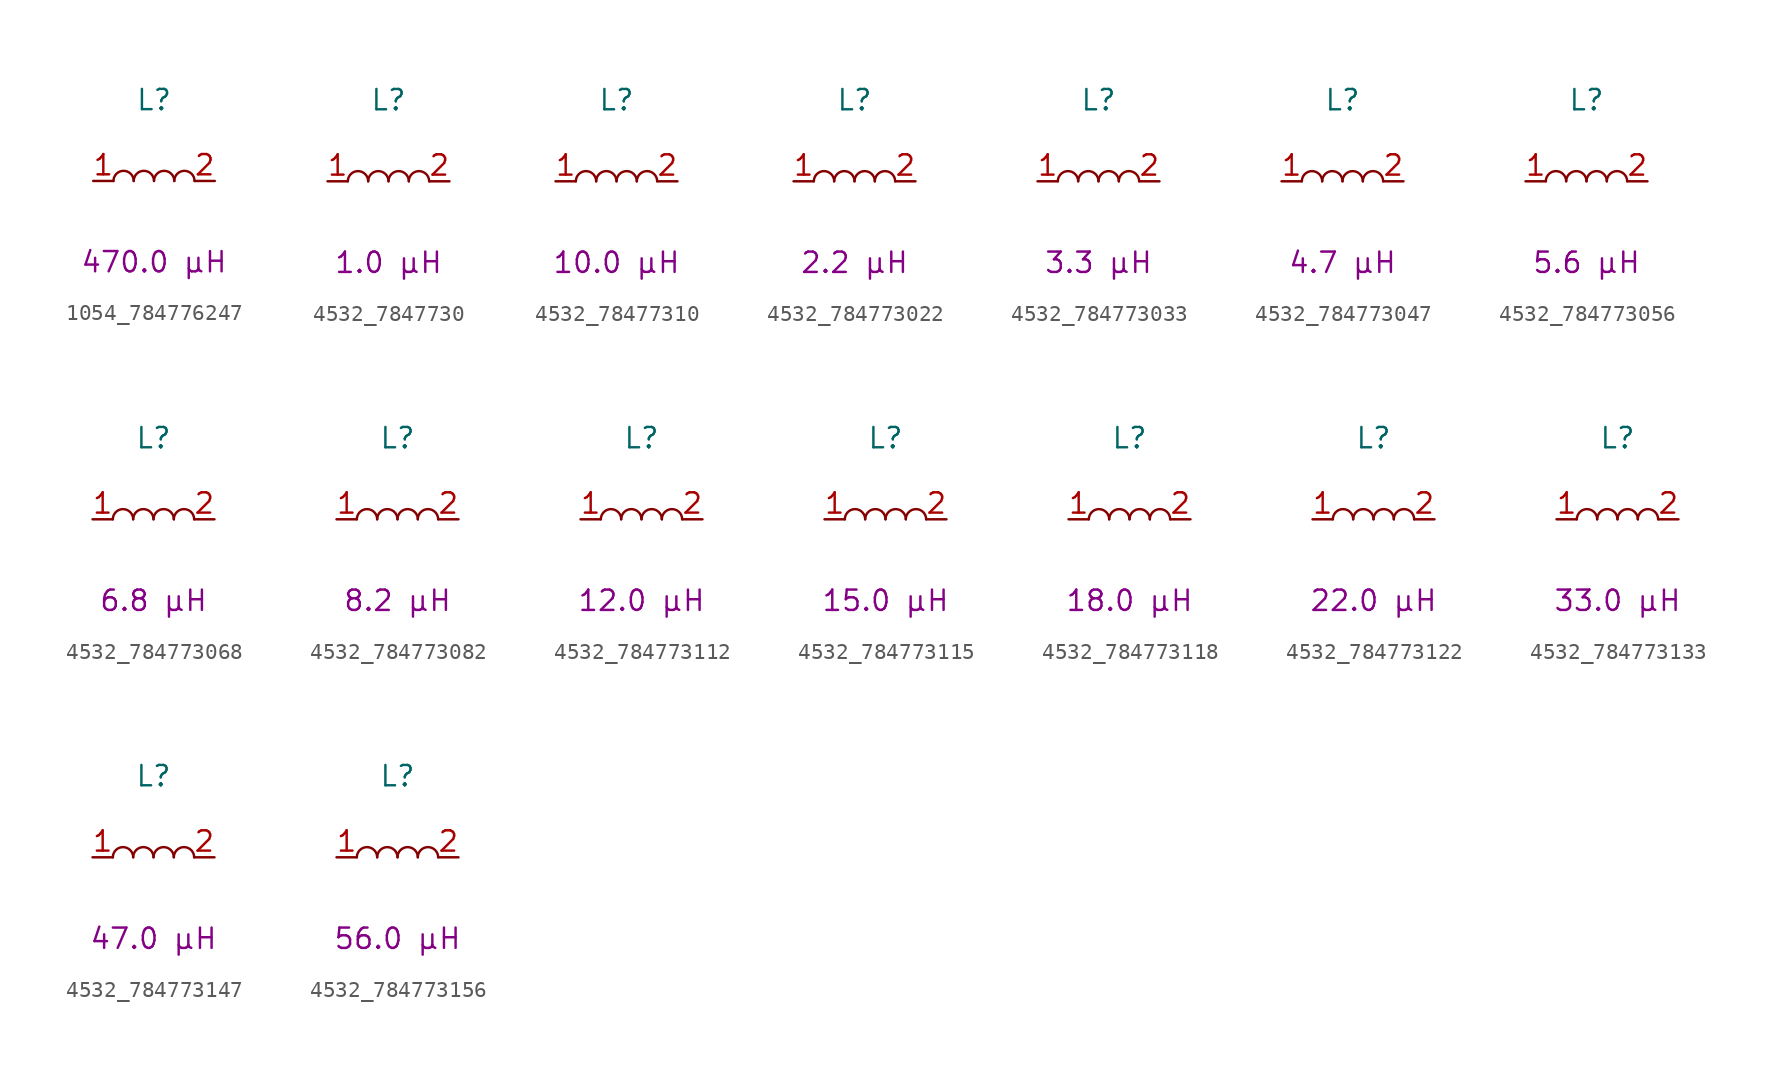
<source format=kicad_sym>
(kicad_symbol_lib
  (version 20220914)
  (generator kicad_symbol_editor)
  (symbol "1054_784776247"
    (pin_names hide)
    (property "Reference" "L"
      (at 0 5.08 0)
      (effects (font (size 1.27 1.27))))
    (property "Critical Parameter" "470.0 µH"
      (at 0 -5.08 0)
      (effects (font (size 1.27 1.27))))
    (symbol "1054_784776247_0_1"
      (arc (start -1.27 0) (mid -1.905 0.6323) (end -2.54 0) (stroke (width 0) (type default)) (fill (type none)))
      (arc (start 0 0) (mid -0.635 0.6323) (end -1.27 0) (stroke (width 0) (type default)) (fill (type none)))
      (arc (start 1.27 0) (mid 0.635 0.6323) (end 0 0) (stroke (width 0) (type default)) (fill (type none)))
      (arc (start 2.54 0) (mid 1.905 0.6323) (end 1.27 0) (stroke (width 0) (type default)) (fill (type none))))
    (symbol "1054_784776247_1_1"
      (pin passive line (at -3.81 0 0) (length 1.27) (name "1" (effects (font (size 1.27 1.27)))) (number "1" (effects (font (size 1.27 1.27)))))
      (pin passive line (at 3.81 0 180) (length 1.27) (name "2" (effects (font (size 1.27 1.27)))) (number "2" (effects (font (size 1.27 1.27)))))))
  (symbol "4532_7847730"
    (pin_names hide)
    (property "Reference" "L"
      (at 0 5.08 0)
      (effects (font (size 1.27 1.27))))
    (property "Critical Parameter" "1.0 µH"
      (at 0 -5.08 0)
      (effects (font (size 1.27 1.27))))
    (symbol "4532_7847730_0_1"
      (arc (start -1.27 0) (mid -1.905 0.6323) (end -2.54 0) (stroke (width 0) (type default)) (fill (type none)))
      (arc (start 0 0) (mid -0.635 0.6323) (end -1.27 0) (stroke (width 0) (type default)) (fill (type none)))
      (arc (start 1.27 0) (mid 0.635 0.6323) (end 0 0) (stroke (width 0) (type default)) (fill (type none)))
      (arc (start 2.54 0) (mid 1.905 0.6323) (end 1.27 0) (stroke (width 0) (type default)) (fill (type none))))
    (symbol "4532_7847730_1_1"
      (pin passive line (at -3.81 0 0) (length 1.27) (name "1" (effects (font (size 1.27 1.27)))) (number "1" (effects (font (size 1.27 1.27)))))
      (pin passive line (at 3.81 0 180) (length 1.27) (name "2" (effects (font (size 1.27 1.27)))) (number "2" (effects (font (size 1.27 1.27)))))))
  (symbol "4532_78477310"
    (pin_names hide)
    (property "Reference" "L"
      (at 0 5.08 0)
      (effects (font (size 1.27 1.27))))
    (property "Critical Parameter" "10.0 µH"
      (at 0 -5.08 0)
      (effects (font (size 1.27 1.27))))
    (symbol "4532_78477310_0_1"
      (arc (start -1.27 0) (mid -1.905 0.6323) (end -2.54 0) (stroke (width 0) (type default)) (fill (type none)))
      (arc (start 0 0) (mid -0.635 0.6323) (end -1.27 0) (stroke (width 0) (type default)) (fill (type none)))
      (arc (start 1.27 0) (mid 0.635 0.6323) (end 0 0) (stroke (width 0) (type default)) (fill (type none)))
      (arc (start 2.54 0) (mid 1.905 0.6323) (end 1.27 0) (stroke (width 0) (type default)) (fill (type none))))
    (symbol "4532_78477310_1_1"
      (pin passive line (at -3.81 0 0) (length 1.27) (name "1" (effects (font (size 1.27 1.27)))) (number "1" (effects (font (size 1.27 1.27)))))
      (pin passive line (at 3.81 0 180) (length 1.27) (name "2" (effects (font (size 1.27 1.27)))) (number "2" (effects (font (size 1.27 1.27)))))))
  (symbol "4532_784773022"
    (pin_names hide)
    (property "Reference" "L"
      (at 0 5.08 0)
      (effects (font (size 1.27 1.27))))
    (property "Critical Parameter" "2.2 µH"
      (at 0 -5.08 0)
      (effects (font (size 1.27 1.27))))
    (symbol "4532_784773022_0_1"
      (arc (start -1.27 0) (mid -1.905 0.6323) (end -2.54 0) (stroke (width 0) (type default)) (fill (type none)))
      (arc (start 0 0) (mid -0.635 0.6323) (end -1.27 0) (stroke (width 0) (type default)) (fill (type none)))
      (arc (start 1.27 0) (mid 0.635 0.6323) (end 0 0) (stroke (width 0) (type default)) (fill (type none)))
      (arc (start 2.54 0) (mid 1.905 0.6323) (end 1.27 0) (stroke (width 0) (type default)) (fill (type none))))
    (symbol "4532_784773022_1_1"
      (pin passive line (at -3.81 0 0) (length 1.27) (name "1" (effects (font (size 1.27 1.27)))) (number "1" (effects (font (size 1.27 1.27)))))
      (pin passive line (at 3.81 0 180) (length 1.27) (name "2" (effects (font (size 1.27 1.27)))) (number "2" (effects (font (size 1.27 1.27)))))))
  (symbol "4532_784773033"
    (pin_names hide)
    (property "Reference" "L"
      (at 0 5.08 0)
      (effects (font (size 1.27 1.27))))
    (property "Critical Parameter" "3.3 µH"
      (at 0 -5.08 0)
      (effects (font (size 1.27 1.27))))
    (symbol "4532_784773033_0_1"
      (arc (start -1.27 0) (mid -1.905 0.6323) (end -2.54 0) (stroke (width 0) (type default)) (fill (type none)))
      (arc (start 0 0) (mid -0.635 0.6323) (end -1.27 0) (stroke (width 0) (type default)) (fill (type none)))
      (arc (start 1.27 0) (mid 0.635 0.6323) (end 0 0) (stroke (width 0) (type default)) (fill (type none)))
      (arc (start 2.54 0) (mid 1.905 0.6323) (end 1.27 0) (stroke (width 0) (type default)) (fill (type none))))
    (symbol "4532_784773033_1_1"
      (pin passive line (at -3.81 0 0) (length 1.27) (name "1" (effects (font (size 1.27 1.27)))) (number "1" (effects (font (size 1.27 1.27)))))
      (pin passive line (at 3.81 0 180) (length 1.27) (name "2" (effects (font (size 1.27 1.27)))) (number "2" (effects (font (size 1.27 1.27)))))))
  (symbol "4532_784773047"
    (pin_names hide)
    (property "Reference" "L"
      (at 0 5.08 0)
      (effects (font (size 1.27 1.27))))
    (property "Critical Parameter" "4.7 µH"
      (at 0 -5.08 0)
      (effects (font (size 1.27 1.27))))
    (symbol "4532_784773047_0_1"
      (arc (start -1.27 0) (mid -1.905 0.6323) (end -2.54 0) (stroke (width 0) (type default)) (fill (type none)))
      (arc (start 0 0) (mid -0.635 0.6323) (end -1.27 0) (stroke (width 0) (type default)) (fill (type none)))
      (arc (start 1.27 0) (mid 0.635 0.6323) (end 0 0) (stroke (width 0) (type default)) (fill (type none)))
      (arc (start 2.54 0) (mid 1.905 0.6323) (end 1.27 0) (stroke (width 0) (type default)) (fill (type none))))
    (symbol "4532_784773047_1_1"
      (pin passive line (at -3.81 0 0) (length 1.27) (name "1" (effects (font (size 1.27 1.27)))) (number "1" (effects (font (size 1.27 1.27)))))
      (pin passive line (at 3.81 0 180) (length 1.27) (name "2" (effects (font (size 1.27 1.27)))) (number "2" (effects (font (size 1.27 1.27)))))))
  (symbol "4532_784773056"
    (pin_names hide)
    (property "Reference" "L"
      (at 0 5.08 0)
      (effects (font (size 1.27 1.27))))
    (property "Critical Parameter" "5.6 µH"
      (at 0 -5.08 0)
      (effects (font (size 1.27 1.27))))
    (symbol "4532_784773056_0_1"
      (arc (start -1.27 0) (mid -1.905 0.6323) (end -2.54 0) (stroke (width 0) (type default)) (fill (type none)))
      (arc (start 0 0) (mid -0.635 0.6323) (end -1.27 0) (stroke (width 0) (type default)) (fill (type none)))
      (arc (start 1.27 0) (mid 0.635 0.6323) (end 0 0) (stroke (width 0) (type default)) (fill (type none)))
      (arc (start 2.54 0) (mid 1.905 0.6323) (end 1.27 0) (stroke (width 0) (type default)) (fill (type none))))
    (symbol "4532_784773056_1_1"
      (pin passive line (at -3.81 0 0) (length 1.27) (name "1" (effects (font (size 1.27 1.27)))) (number "1" (effects (font (size 1.27 1.27)))))
      (pin passive line (at 3.81 0 180) (length 1.27) (name "2" (effects (font (size 1.27 1.27)))) (number "2" (effects (font (size 1.27 1.27)))))))
  (symbol "4532_784773068"
    (pin_names hide)
    (property "Reference" "L"
      (at 0 5.08 0)
      (effects (font (size 1.27 1.27))))
    (property "Critical Parameter" "6.8 µH"
      (at 0 -5.08 0)
      (effects (font (size 1.27 1.27))))
    (symbol "4532_784773068_0_1"
      (arc (start -1.27 0) (mid -1.905 0.6323) (end -2.54 0) (stroke (width 0) (type default)) (fill (type none)))
      (arc (start 0 0) (mid -0.635 0.6323) (end -1.27 0) (stroke (width 0) (type default)) (fill (type none)))
      (arc (start 1.27 0) (mid 0.635 0.6323) (end 0 0) (stroke (width 0) (type default)) (fill (type none)))
      (arc (start 2.54 0) (mid 1.905 0.6323) (end 1.27 0) (stroke (width 0) (type default)) (fill (type none))))
    (symbol "4532_784773068_1_1"
      (pin passive line (at -3.81 0 0) (length 1.27) (name "1" (effects (font (size 1.27 1.27)))) (number "1" (effects (font (size 1.27 1.27)))))
      (pin passive line (at 3.81 0 180) (length 1.27) (name "2" (effects (font (size 1.27 1.27)))) (number "2" (effects (font (size 1.27 1.27)))))))
  (symbol "4532_784773082"
    (pin_names hide)
    (property "Reference" "L"
      (at 0 5.08 0)
      (effects (font (size 1.27 1.27))))
    (property "Critical Parameter" "8.2 µH"
      (at 0 -5.08 0)
      (effects (font (size 1.27 1.27))))
    (symbol "4532_784773082_0_1"
      (arc (start -1.27 0) (mid -1.905 0.6323) (end -2.54 0) (stroke (width 0) (type default)) (fill (type none)))
      (arc (start 0 0) (mid -0.635 0.6323) (end -1.27 0) (stroke (width 0) (type default)) (fill (type none)))
      (arc (start 1.27 0) (mid 0.635 0.6323) (end 0 0) (stroke (width 0) (type default)) (fill (type none)))
      (arc (start 2.54 0) (mid 1.905 0.6323) (end 1.27 0) (stroke (width 0) (type default)) (fill (type none))))
    (symbol "4532_784773082_1_1"
      (pin passive line (at -3.81 0 0) (length 1.27) (name "1" (effects (font (size 1.27 1.27)))) (number "1" (effects (font (size 1.27 1.27)))))
      (pin passive line (at 3.81 0 180) (length 1.27) (name "2" (effects (font (size 1.27 1.27)))) (number "2" (effects (font (size 1.27 1.27)))))))
  (symbol "4532_784773112"
    (pin_names hide)
    (property "Reference" "L"
      (at 0 5.08 0)
      (effects (font (size 1.27 1.27))))
    (property "Critical Parameter" "12.0 µH"
      (at 0 -5.08 0)
      (effects (font (size 1.27 1.27))))
    (symbol "4532_784773112_0_1"
      (arc (start -1.27 0) (mid -1.905 0.6323) (end -2.54 0) (stroke (width 0) (type default)) (fill (type none)))
      (arc (start 0 0) (mid -0.635 0.6323) (end -1.27 0) (stroke (width 0) (type default)) (fill (type none)))
      (arc (start 1.27 0) (mid 0.635 0.6323) (end 0 0) (stroke (width 0) (type default)) (fill (type none)))
      (arc (start 2.54 0) (mid 1.905 0.6323) (end 1.27 0) (stroke (width 0) (type default)) (fill (type none))))
    (symbol "4532_784773112_1_1"
      (pin passive line (at -3.81 0 0) (length 1.27) (name "1" (effects (font (size 1.27 1.27)))) (number "1" (effects (font (size 1.27 1.27)))))
      (pin passive line (at 3.81 0 180) (length 1.27) (name "2" (effects (font (size 1.27 1.27)))) (number "2" (effects (font (size 1.27 1.27)))))))
  (symbol "4532_784773115"
    (pin_names hide)
    (property "Reference" "L"
      (at 0 5.08 0)
      (effects (font (size 1.27 1.27))))
    (property "Critical Parameter" "15.0 µH"
      (at 0 -5.08 0)
      (effects (font (size 1.27 1.27))))
    (symbol "4532_784773115_0_1"
      (arc (start -1.27 0) (mid -1.905 0.6323) (end -2.54 0) (stroke (width 0) (type default)) (fill (type none)))
      (arc (start 0 0) (mid -0.635 0.6323) (end -1.27 0) (stroke (width 0) (type default)) (fill (type none)))
      (arc (start 1.27 0) (mid 0.635 0.6323) (end 0 0) (stroke (width 0) (type default)) (fill (type none)))
      (arc (start 2.54 0) (mid 1.905 0.6323) (end 1.27 0) (stroke (width 0) (type default)) (fill (type none))))
    (symbol "4532_784773115_1_1"
      (pin passive line (at -3.81 0 0) (length 1.27) (name "1" (effects (font (size 1.27 1.27)))) (number "1" (effects (font (size 1.27 1.27)))))
      (pin passive line (at 3.81 0 180) (length 1.27) (name "2" (effects (font (size 1.27 1.27)))) (number "2" (effects (font (size 1.27 1.27)))))))
  (symbol "4532_784773118"
    (pin_names hide)
    (property "Reference" "L"
      (at 0 5.08 0)
      (effects (font (size 1.27 1.27))))
    (property "Critical Parameter" "18.0 µH"
      (at 0 -5.08 0)
      (effects (font (size 1.27 1.27))))
    (symbol "4532_784773118_0_1"
      (arc (start -1.27 0) (mid -1.905 0.6323) (end -2.54 0) (stroke (width 0) (type default)) (fill (type none)))
      (arc (start 0 0) (mid -0.635 0.6323) (end -1.27 0) (stroke (width 0) (type default)) (fill (type none)))
      (arc (start 1.27 0) (mid 0.635 0.6323) (end 0 0) (stroke (width 0) (type default)) (fill (type none)))
      (arc (start 2.54 0) (mid 1.905 0.6323) (end 1.27 0) (stroke (width 0) (type default)) (fill (type none))))
    (symbol "4532_784773118_1_1"
      (pin passive line (at -3.81 0 0) (length 1.27) (name "1" (effects (font (size 1.27 1.27)))) (number "1" (effects (font (size 1.27 1.27)))))
      (pin passive line (at 3.81 0 180) (length 1.27) (name "2" (effects (font (size 1.27 1.27)))) (number "2" (effects (font (size 1.27 1.27)))))))
  (symbol "4532_784773122"
    (pin_names hide)
    (property "Reference" "L"
      (at 0 5.08 0)
      (effects (font (size 1.27 1.27))))
    (property "Critical Parameter" "22.0 µH"
      (at 0 -5.08 0)
      (effects (font (size 1.27 1.27))))
    (symbol "4532_784773122_0_1"
      (arc (start -1.27 0) (mid -1.905 0.6323) (end -2.54 0) (stroke (width 0) (type default)) (fill (type none)))
      (arc (start 0 0) (mid -0.635 0.6323) (end -1.27 0) (stroke (width 0) (type default)) (fill (type none)))
      (arc (start 1.27 0) (mid 0.635 0.6323) (end 0 0) (stroke (width 0) (type default)) (fill (type none)))
      (arc (start 2.54 0) (mid 1.905 0.6323) (end 1.27 0) (stroke (width 0) (type default)) (fill (type none))))
    (symbol "4532_784773122_1_1"
      (pin passive line (at -3.81 0 0) (length 1.27) (name "1" (effects (font (size 1.27 1.27)))) (number "1" (effects (font (size 1.27 1.27)))))
      (pin passive line (at 3.81 0 180) (length 1.27) (name "2" (effects (font (size 1.27 1.27)))) (number "2" (effects (font (size 1.27 1.27)))))))
  (symbol "4532_784773133"
    (pin_names hide)
    (property "Reference" "L"
      (at 0 5.08 0)
      (effects (font (size 1.27 1.27))))
    (property "Critical Parameter" "33.0 µH"
      (at 0 -5.08 0)
      (effects (font (size 1.27 1.27))))
    (symbol "4532_784773133_0_1"
      (arc (start -1.27 0) (mid -1.905 0.6323) (end -2.54 0) (stroke (width 0) (type default)) (fill (type none)))
      (arc (start 0 0) (mid -0.635 0.6323) (end -1.27 0) (stroke (width 0) (type default)) (fill (type none)))
      (arc (start 1.27 0) (mid 0.635 0.6323) (end 0 0) (stroke (width 0) (type default)) (fill (type none)))
      (arc (start 2.54 0) (mid 1.905 0.6323) (end 1.27 0) (stroke (width 0) (type default)) (fill (type none))))
    (symbol "4532_784773133_1_1"
      (pin passive line (at -3.81 0 0) (length 1.27) (name "1" (effects (font (size 1.27 1.27)))) (number "1" (effects (font (size 1.27 1.27)))))
      (pin passive line (at 3.81 0 180) (length 1.27) (name "2" (effects (font (size 1.27 1.27)))) (number "2" (effects (font (size 1.27 1.27)))))))
  (symbol "4532_784773147"
    (pin_names hide)
    (property "Reference" "L"
      (at 0 5.08 0)
      (effects (font (size 1.27 1.27))))
    (property "Critical Parameter" "47.0 µH"
      (at 0 -5.08 0)
      (effects (font (size 1.27 1.27))))
    (symbol "4532_784773147_0_1"
      (arc (start -1.27 0) (mid -1.905 0.6323) (end -2.54 0) (stroke (width 0) (type default)) (fill (type none)))
      (arc (start 0 0) (mid -0.635 0.6323) (end -1.27 0) (stroke (width 0) (type default)) (fill (type none)))
      (arc (start 1.27 0) (mid 0.635 0.6323) (end 0 0) (stroke (width 0) (type default)) (fill (type none)))
      (arc (start 2.54 0) (mid 1.905 0.6323) (end 1.27 0) (stroke (width 0) (type default)) (fill (type none))))
    (symbol "4532_784773147_1_1"
      (pin passive line (at -3.81 0 0) (length 1.27) (name "1" (effects (font (size 1.27 1.27)))) (number "1" (effects (font (size 1.27 1.27)))))
      (pin passive line (at 3.81 0 180) (length 1.27) (name "2" (effects (font (size 1.27 1.27)))) (number "2" (effects (font (size 1.27 1.27)))))))
  (symbol "4532_784773156"
    (pin_names hide)
    (property "Reference" "L"
      (at 0 5.08 0)
      (effects (font (size 1.27 1.27))))
    (property "Critical Parameter" "56.0 µH"
      (at 0 -5.08 0)
      (effects (font (size 1.27 1.27))))
    (symbol "4532_784773156_0_1"
      (arc (start -1.27 0) (mid -1.905 0.6323) (end -2.54 0) (stroke (width 0) (type default)) (fill (type none)))
      (arc (start 0 0) (mid -0.635 0.6323) (end -1.27 0) (stroke (width 0) (type default)) (fill (type none)))
      (arc (start 1.27 0) (mid 0.635 0.6323) (end 0 0) (stroke (width 0) (type default)) (fill (type none)))
      (arc (start 2.54 0) (mid 1.905 0.6323) (end 1.27 0) (stroke (width 0) (type default)) (fill (type none))))
    (symbol "4532_784773156_1_1"
      (pin passive line (at -3.81 0 0) (length 1.27) (name "1" (effects (font (size 1.27 1.27)))) (number "1" (effects (font (size 1.27 1.27)))))
      (pin passive line (at 3.81 0 180) (length 1.27) (name "2" (effects (font (size 1.27 1.27)))) (number "2" (effects (font (size 1.27 1.27))))))))
</source>
